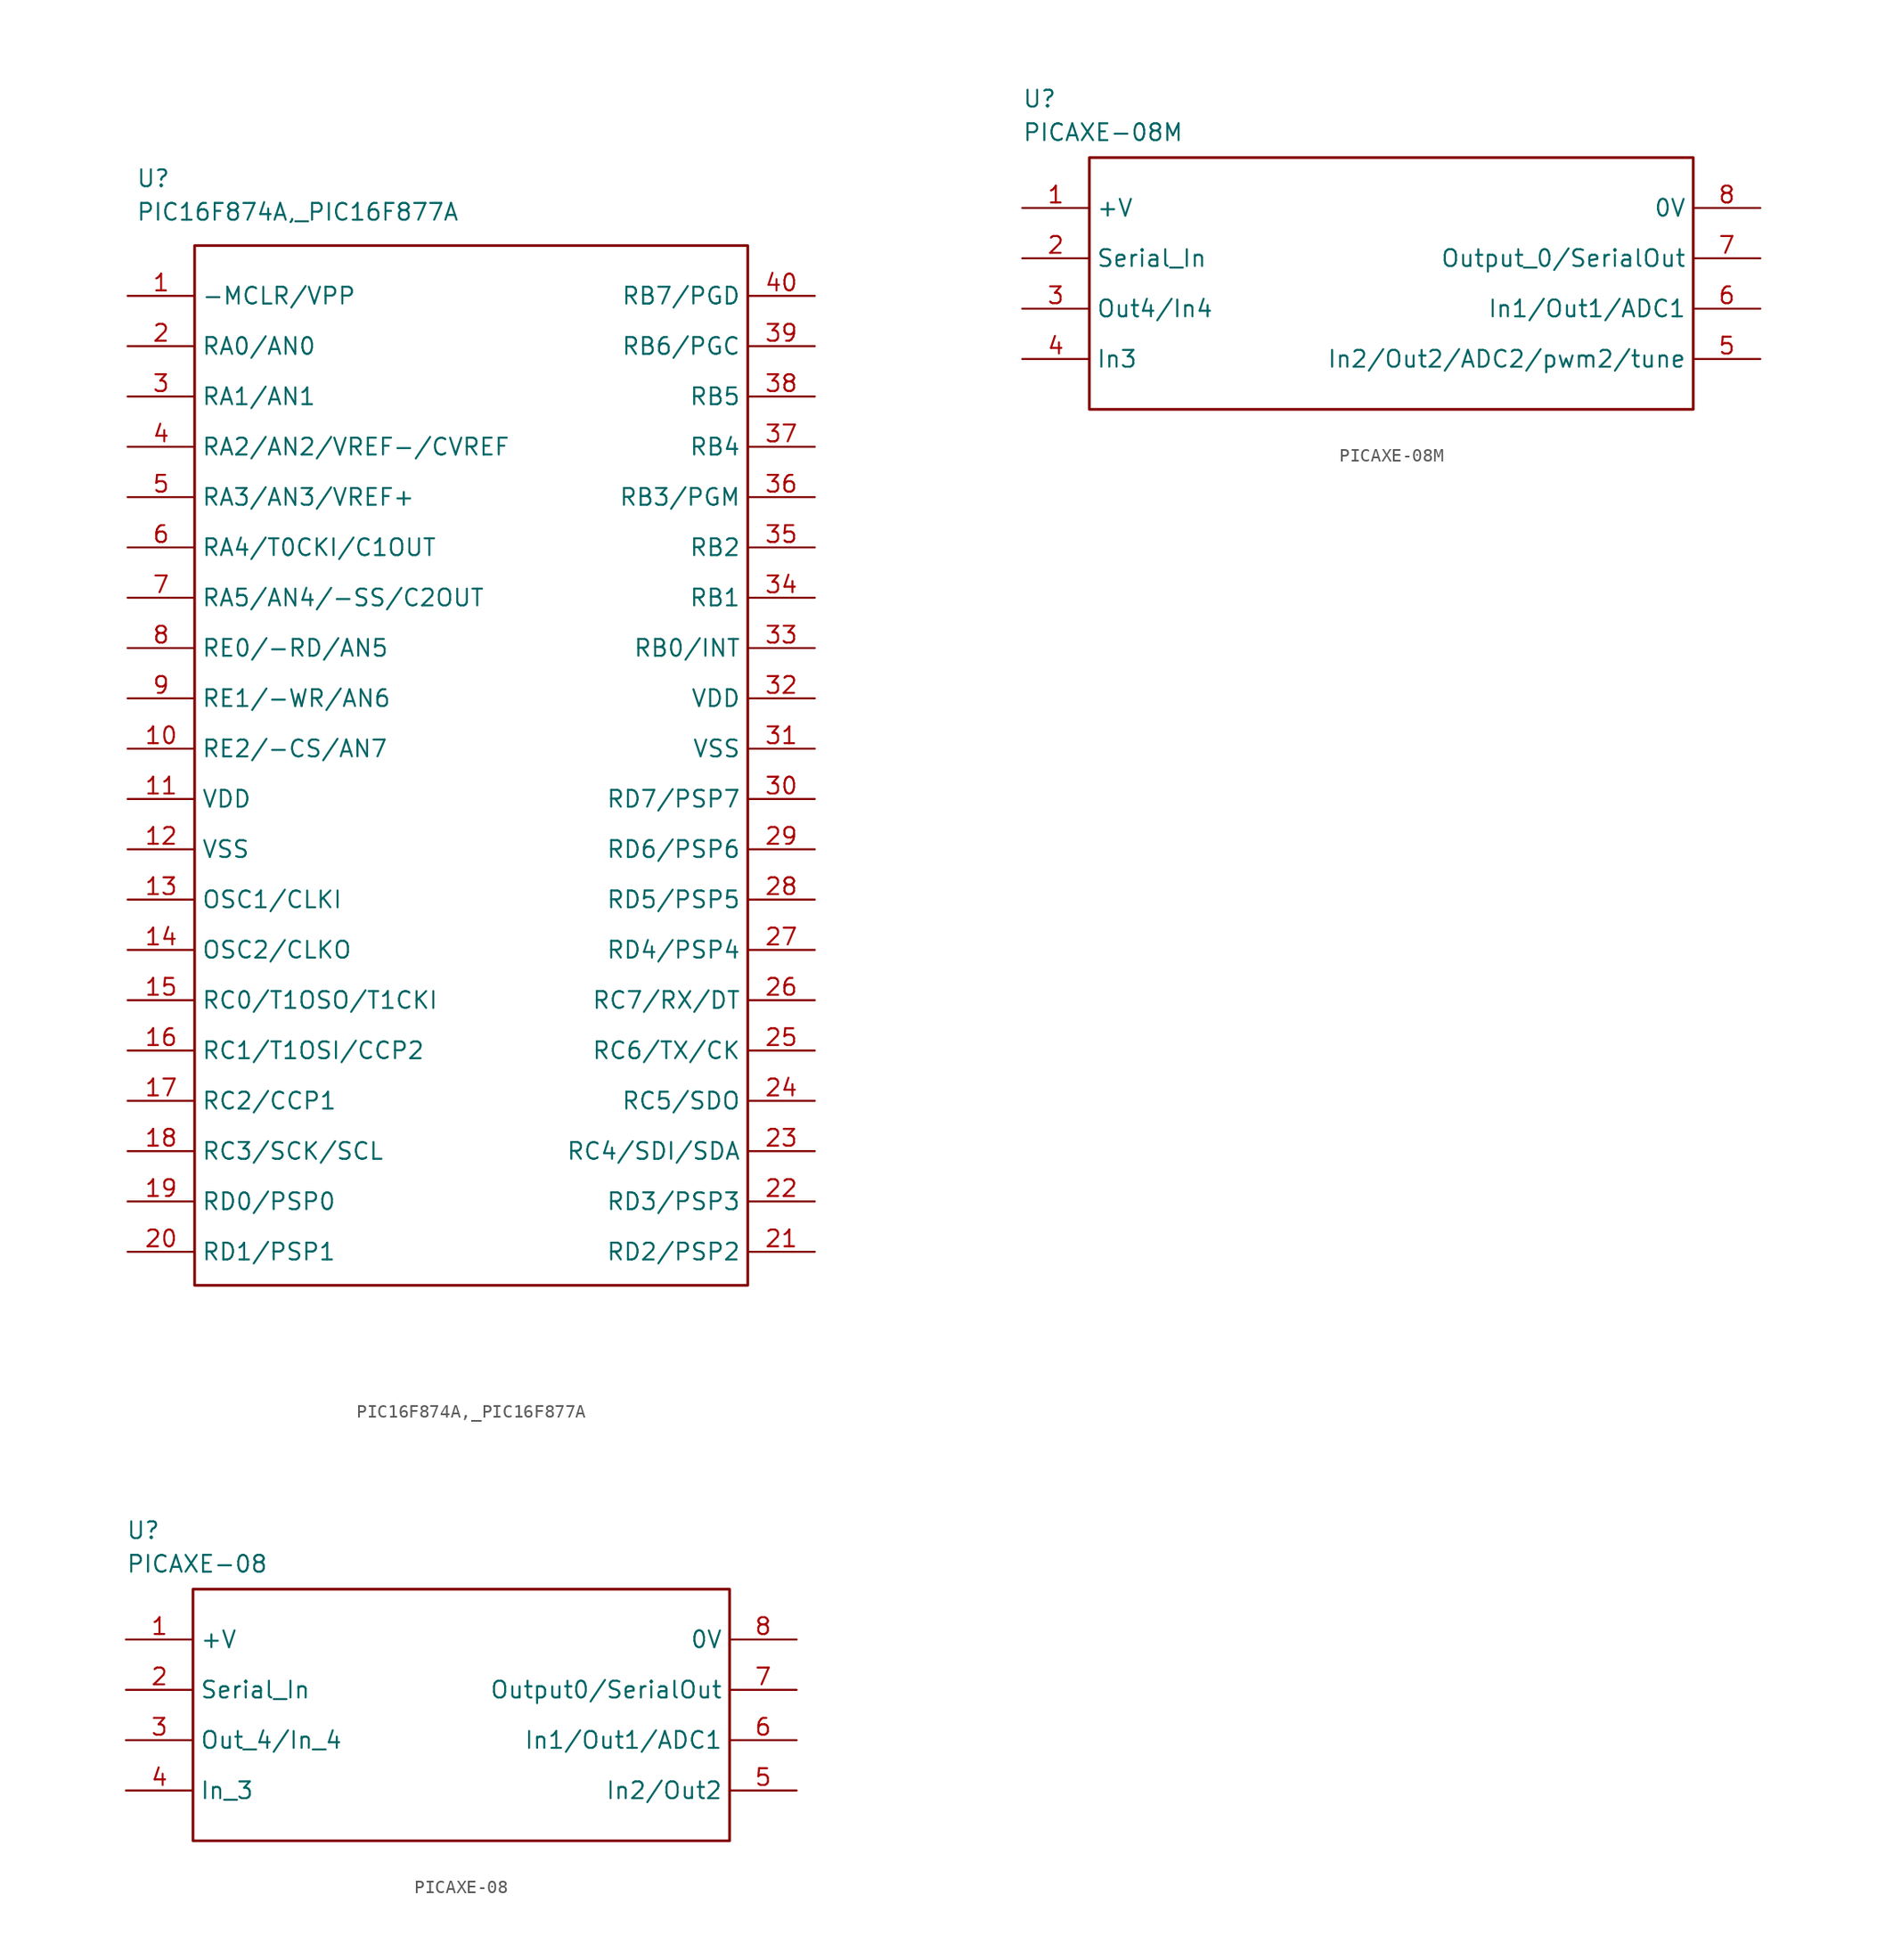
<source format=kicad_sym>
(kicad_symbol_lib
  (version 20211014)
  (generator kicad_symbol_editor)
  (symbol "PIC16F874A,_PIC16F877A"
    (property "Reference" "U"
      (at -26.035 44.45 0)
      (effects (font (size 1.27 1.27)) (justify left)))
    (property "Value" "PIC16F874A,_PIC16F877A"
      (at -26.035 41.91 0)
      (effects (font (size 1.27 1.27)) (justify left)))
    (property "ki_locked" ""
      (at 0 0 0)
      (effects (font (size 1.27 1.27))))
    (symbol "PIC16F874A,_PIC16F877A_0_0"
      (rectangle (start -21.59 39.37) (end 20.32 -39.37) (stroke (width 0.203) (type default) (color 0 0 0 0)) (fill (type none))))
    (symbol "PIC16F874A,_PIC16F877A_1_0"
      (pin unspecified line (at -26.67 35.56 0) (length 5.08) (name "-MCLR/VPP" (effects (font (size 1.27 1.27)))) (number "1" (effects (font (size 1.27 1.27)))))
      (pin unspecified line (at -26.67 1.27 0) (length 5.08) (name "RE2/-CS/AN7" (effects (font (size 1.27 1.27)))) (number "10" (effects (font (size 1.27 1.27)))))
      (pin unspecified line (at -26.67 -2.54 0) (length 5.08) (name "VDD" (effects (font (size 1.27 1.27)))) (number "11" (effects (font (size 1.27 1.27)))))
      (pin unspecified line (at -26.67 -6.35 0) (length 5.08) (name "VSS" (effects (font (size 1.27 1.27)))) (number "12" (effects (font (size 1.27 1.27)))))
      (pin unspecified line (at -26.67 -10.16 0) (length 5.08) (name "OSC1/CLKI" (effects (font (size 1.27 1.27)))) (number "13" (effects (font (size 1.27 1.27)))))
      (pin unspecified line (at -26.67 -13.97 0) (length 5.08) (name "OSC2/CLKO" (effects (font (size 1.27 1.27)))) (number "14" (effects (font (size 1.27 1.27)))))
      (pin unspecified line (at -26.67 -17.78 0) (length 5.08) (name "RC0/T1OSO/T1CKI" (effects (font (size 1.27 1.27)))) (number "15" (effects (font (size 1.27 1.27)))))
      (pin unspecified line (at -26.67 -21.59 0) (length 5.08) (name "RC1/T1OSI/CCP2" (effects (font (size 1.27 1.27)))) (number "16" (effects (font (size 1.27 1.27)))))
      (pin unspecified line (at -26.67 -25.4 0) (length 5.08) (name "RC2/CCP1" (effects (font (size 1.27 1.27)))) (number "17" (effects (font (size 1.27 1.27)))))
      (pin unspecified line (at -26.67 -29.21 0) (length 5.08) (name "RC3/SCK/SCL" (effects (font (size 1.27 1.27)))) (number "18" (effects (font (size 1.27 1.27)))))
      (pin unspecified line (at -26.67 -33.02 0) (length 5.08) (name "RD0/PSP0" (effects (font (size 1.27 1.27)))) (number "19" (effects (font (size 1.27 1.27)))))
      (pin unspecified line (at -26.67 31.75 0) (length 5.08) (name "RA0/AN0" (effects (font (size 1.27 1.27)))) (number "2" (effects (font (size 1.27 1.27)))))
      (pin unspecified line (at -26.67 -36.83 0) (length 5.08) (name "RD1/PSP1" (effects (font (size 1.27 1.27)))) (number "20" (effects (font (size 1.27 1.27)))))
      (pin unspecified line (at 25.4 -36.83 180) (length 5.08) (name "RD2/PSP2" (effects (font (size 1.27 1.27)))) (number "21" (effects (font (size 1.27 1.27)))))
      (pin unspecified line (at 25.4 -33.02 180) (length 5.08) (name "RD3/PSP3" (effects (font (size 1.27 1.27)))) (number "22" (effects (font (size 1.27 1.27)))))
      (pin unspecified line (at 25.4 -29.21 180) (length 5.08) (name "RC4/SDI/SDA" (effects (font (size 1.27 1.27)))) (number "23" (effects (font (size 1.27 1.27)))))
      (pin unspecified line (at 25.4 -25.4 180) (length 5.08) (name "RC5/SDO" (effects (font (size 1.27 1.27)))) (number "24" (effects (font (size 1.27 1.27)))))
      (pin unspecified line (at 25.4 -21.59 180) (length 5.08) (name "RC6/TX/CK" (effects (font (size 1.27 1.27)))) (number "25" (effects (font (size 1.27 1.27)))))
      (pin unspecified line (at 25.4 -17.78 180) (length 5.08) (name "RC7/RX/DT" (effects (font (size 1.27 1.27)))) (number "26" (effects (font (size 1.27 1.27)))))
      (pin unspecified line (at 25.4 -13.97 180) (length 5.08) (name "RD4/PSP4" (effects (font (size 1.27 1.27)))) (number "27" (effects (font (size 1.27 1.27)))))
      (pin unspecified line (at 25.4 -10.16 180) (length 5.08) (name "RD5/PSP5" (effects (font (size 1.27 1.27)))) (number "28" (effects (font (size 1.27 1.27)))))
      (pin unspecified line (at 25.4 -6.35 180) (length 5.08) (name "RD6/PSP6" (effects (font (size 1.27 1.27)))) (number "29" (effects (font (size 1.27 1.27)))))
      (pin unspecified line (at -26.67 27.94 0) (length 5.08) (name "RA1/AN1" (effects (font (size 1.27 1.27)))) (number "3" (effects (font (size 1.27 1.27)))))
      (pin unspecified line (at 25.4 -2.54 180) (length 5.08) (name "RD7/PSP7" (effects (font (size 1.27 1.27)))) (number "30" (effects (font (size 1.27 1.27)))))
      (pin unspecified line (at 25.4 1.27 180) (length 5.08) (name "VSS" (effects (font (size 1.27 1.27)))) (number "31" (effects (font (size 1.27 1.27)))))
      (pin unspecified line (at 25.4 5.08 180) (length 5.08) (name "VDD" (effects (font (size 1.27 1.27)))) (number "32" (effects (font (size 1.27 1.27)))))
      (pin unspecified line (at 25.4 8.89 180) (length 5.08) (name "RB0/INT" (effects (font (size 1.27 1.27)))) (number "33" (effects (font (size 1.27 1.27)))))
      (pin unspecified line (at 25.4 12.7 180) (length 5.08) (name "RB1" (effects (font (size 1.27 1.27)))) (number "34" (effects (font (size 1.27 1.27)))))
      (pin unspecified line (at 25.4 16.51 180) (length 5.08) (name "RB2" (effects (font (size 1.27 1.27)))) (number "35" (effects (font (size 1.27 1.27)))))
      (pin unspecified line (at 25.4 20.32 180) (length 5.08) (name "RB3/PGM" (effects (font (size 1.27 1.27)))) (number "36" (effects (font (size 1.27 1.27)))))
      (pin unspecified line (at 25.4 24.13 180) (length 5.08) (name "RB4" (effects (font (size 1.27 1.27)))) (number "37" (effects (font (size 1.27 1.27)))))
      (pin unspecified line (at 25.4 27.94 180) (length 5.08) (name "RB5" (effects (font (size 1.27 1.27)))) (number "38" (effects (font (size 1.27 1.27)))))
      (pin unspecified line (at 25.4 31.75 180) (length 5.08) (name "RB6/PGC" (effects (font (size 1.27 1.27)))) (number "39" (effects (font (size 1.27 1.27)))))
      (pin unspecified line (at -26.67 24.13 0) (length 5.08) (name "RA2/AN2/VREF-/CVREF" (effects (font (size 1.27 1.27)))) (number "4" (effects (font (size 1.27 1.27)))))
      (pin unspecified line (at 25.4 35.56 180) (length 5.08) (name "RB7/PGD" (effects (font (size 1.27 1.27)))) (number "40" (effects (font (size 1.27 1.27)))))
      (pin unspecified line (at -26.67 20.32 0) (length 5.08) (name "RA3/AN3/VREF+" (effects (font (size 1.27 1.27)))) (number "5" (effects (font (size 1.27 1.27)))))
      (pin unspecified line (at -26.67 16.51 0) (length 5.08) (name "RA4/T0CKI/C1OUT" (effects (font (size 1.27 1.27)))) (number "6" (effects (font (size 1.27 1.27)))))
      (pin unspecified line (at -26.67 12.7 0) (length 5.08) (name "RA5/AN4/-SS/C2OUT" (effects (font (size 1.27 1.27)))) (number "7" (effects (font (size 1.27 1.27)))))
      (pin unspecified line (at -26.67 8.89 0) (length 5.08) (name "RE0/-RD/AN5" (effects (font (size 1.27 1.27)))) (number "8" (effects (font (size 1.27 1.27)))))
      (pin unspecified line (at -26.67 5.08 0) (length 5.08) (name "RE1/-WR/AN6" (effects (font (size 1.27 1.27)))) (number "9" (effects (font (size 1.27 1.27)))))))
  (symbol "PICAXE-08M"
    (property "Reference" "U"
      (at -27.94 14.605 0)
      (effects (font (size 1.27 1.27)) (justify left)))
    (property "Value" "PICAXE-08M"
      (at -27.94 12.065 0)
      (effects (font (size 1.27 1.27)) (justify left)))
    (property "ki_locked" ""
      (at 0 0 0)
      (effects (font (size 1.27 1.27))))
    (symbol "PICAXE-08M_0_0"
      (rectangle (start -22.86 10.16) (end 22.86 -8.89) (stroke (width 0.203) (type default) (color 0 0 0 0)) (fill (type none))))
    (symbol "PICAXE-08M_1_0"
      (pin unspecified line (at -27.94 6.35 0) (length 5.08) (name "+V" (effects (font (size 1.27 1.27)))) (number "1" (effects (font (size 1.27 1.27)))))
      (pin unspecified line (at -27.94 2.54 0) (length 5.08) (name "Serial_In" (effects (font (size 1.27 1.27)))) (number "2" (effects (font (size 1.27 1.27)))))
      (pin unspecified line (at -27.94 -1.27 0) (length 5.08) (name "Out4/In4" (effects (font (size 1.27 1.27)))) (number "3" (effects (font (size 1.27 1.27)))))
      (pin unspecified line (at -27.94 -5.08 0) (length 5.08) (name "In3" (effects (font (size 1.27 1.27)))) (number "4" (effects (font (size 1.27 1.27)))))
      (pin unspecified line (at 27.94 -5.08 180) (length 5.08) (name "In2/Out2/ADC2/pwm2/tune" (effects (font (size 1.27 1.27)))) (number "5" (effects (font (size 1.27 1.27)))))
      (pin unspecified line (at 27.94 -1.27 180) (length 5.08) (name "In1/Out1/ADC1" (effects (font (size 1.27 1.27)))) (number "6" (effects (font (size 1.27 1.27)))))
      (pin unspecified line (at 27.94 2.54 180) (length 5.08) (name "Output_0/SerialOut" (effects (font (size 1.27 1.27)))) (number "7" (effects (font (size 1.27 1.27)))))
      (pin unspecified line (at 27.94 6.35 180) (length 5.08) (name "0V" (effects (font (size 1.27 1.27)))) (number "8" (effects (font (size 1.27 1.27)))))))
  (symbol "PICAXE-08"
    (property "Reference" "U"
      (at -25.4 14.605 0)
      (effects (font (size 1.27 1.27)) (justify left)))
    (property "Value" "PICAXE-08"
      (at -25.4 12.065 0)
      (effects (font (size 1.27 1.27)) (justify left)))
    (property "ki_locked" ""
      (at 0 0 0)
      (effects (font (size 1.27 1.27))))
    (symbol "PICAXE-08_0_0"
      (rectangle (start -20.32 10.16) (end 20.32 -8.89) (stroke (width 0.203) (type default) (color 0 0 0 0)) (fill (type none))))
    (symbol "PICAXE-08_1_0"
      (pin unspecified line (at -25.4 6.35 0) (length 5.08) (name "+V" (effects (font (size 1.27 1.27)))) (number "1" (effects (font (size 1.27 1.27)))))
      (pin unspecified line (at -25.4 2.54 0) (length 5.08) (name "Serial_In" (effects (font (size 1.27 1.27)))) (number "2" (effects (font (size 1.27 1.27)))))
      (pin unspecified line (at -25.4 -1.27 0) (length 5.08) (name "Out_4/In_4" (effects (font (size 1.27 1.27)))) (number "3" (effects (font (size 1.27 1.27)))))
      (pin unspecified line (at -25.4 -5.08 0) (length 5.08) (name "In_3" (effects (font (size 1.27 1.27)))) (number "4" (effects (font (size 1.27 1.27)))))
      (pin unspecified line (at 25.4 -5.08 180) (length 5.08) (name "In2/Out2" (effects (font (size 1.27 1.27)))) (number "5" (effects (font (size 1.27 1.27)))))
      (pin unspecified line (at 25.4 -1.27 180) (length 5.08) (name "In1/Out1/ADC1" (effects (font (size 1.27 1.27)))) (number "6" (effects (font (size 1.27 1.27)))))
      (pin unspecified line (at 25.4 2.54 180) (length 5.08) (name "Output0/SerialOut" (effects (font (size 1.27 1.27)))) (number "7" (effects (font (size 1.27 1.27)))))
      (pin unspecified line (at 25.4 6.35 180) (length 5.08) (name "0V" (effects (font (size 1.27 1.27)))) (number "8" (effects (font (size 1.27 1.27))))))))
</source>
